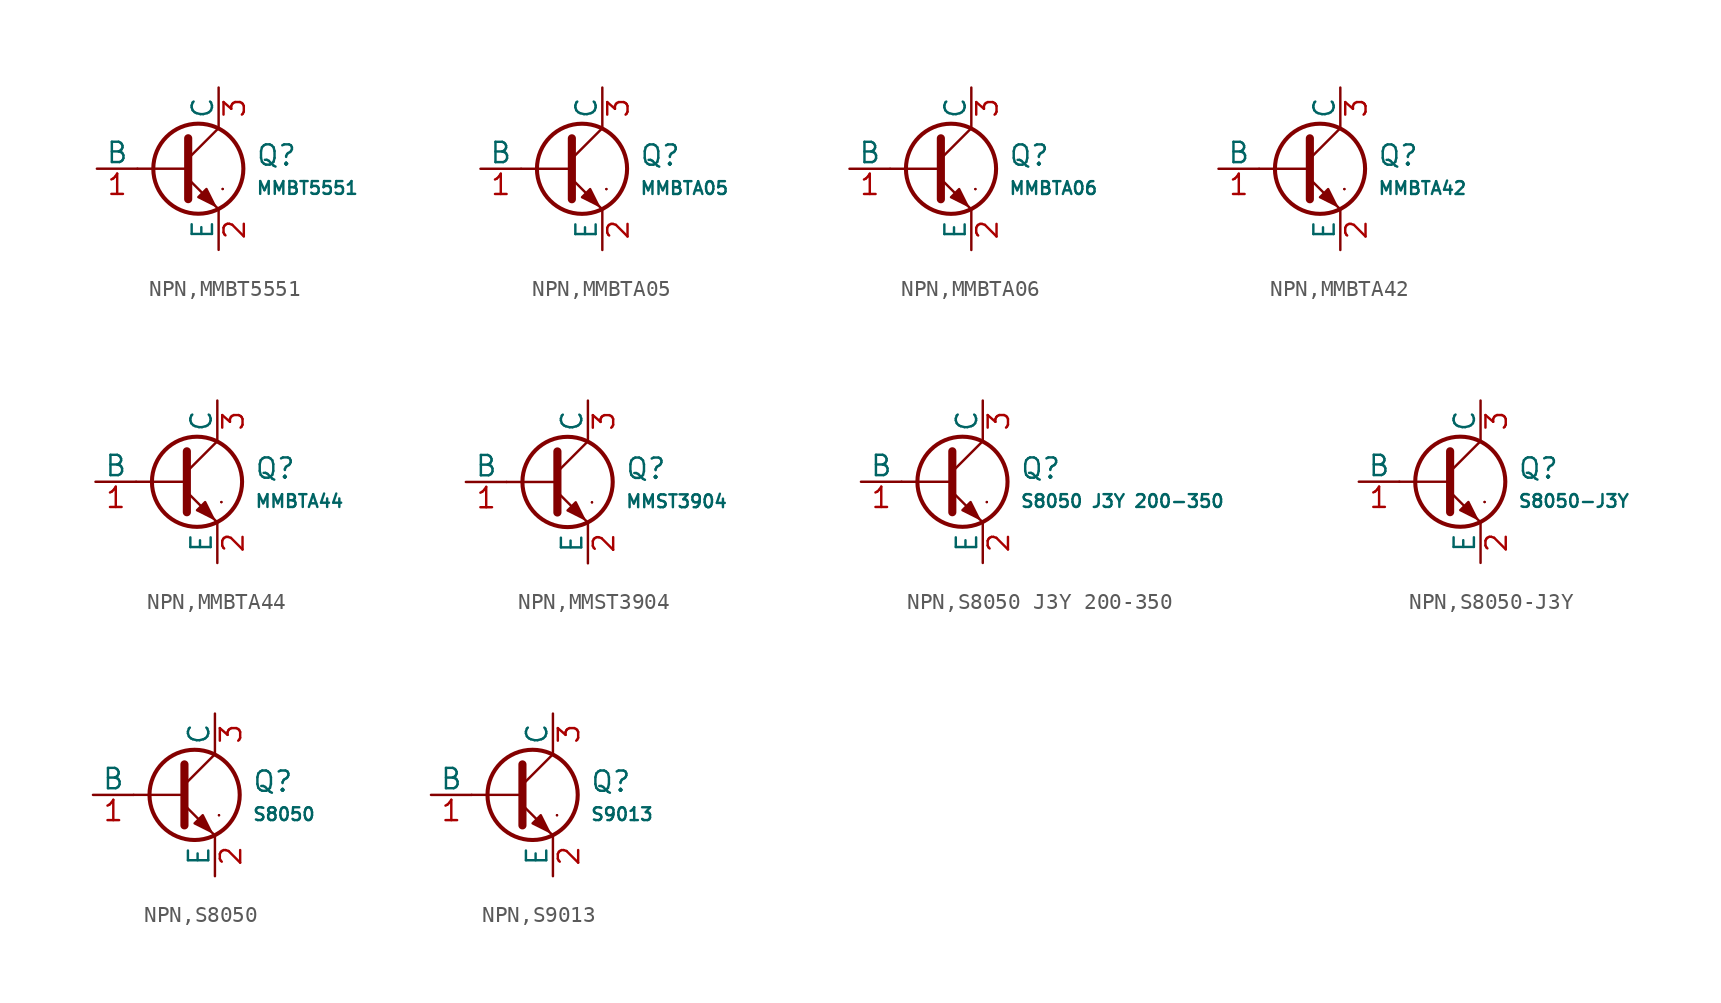
<source format=kicad_sym>
(kicad_symbol_lib
  (version 20231120)
  (generator "CDFER")
  (generator_version "8.0")
  (symbol "NPN,MMBT5551"
    (pin_names
      (offset 0))
    (property "Reference" "Q"
      (at 4.851 0.834 0)
      (effects (font (size 1.27 1.27)) (justify left)))
    (property "Value" "MMBT5551"
      (at 4.851 -1.212 0)
      (effects (font (size 0.8 0.8)) (justify left)))
    (symbol "NPN,MMBT5551_0_1"
      (polyline (pts (xy -2.54 0) (xy 0.635 0)) (stroke (width 0.152) (type default)) (fill (type none)))
      (polyline (pts (xy 0.635 0.635) (xy 2.54 2.54)) (stroke (width 0) (type default)) (fill (type none)))
      (polyline (pts (xy 2.794 -1.27) (xy 2.794 -1.27)) (stroke (width 0.152) (type default)) (fill (type none)))
      (polyline (pts (xy 2.794 -1.27) (xy 2.794 -1.27)) (stroke (width 0.152) (type default)) (fill (type none)))
      (polyline (pts (xy 0.635 -0.635) (xy 2.54 -2.54) (xy 2.54 -2.54)) (stroke (width 0) (type default)) (fill (type none)))
      (polyline (pts (xy 0.635 1.905) (xy 0.635 -1.905) (xy 0.635 -1.905)) (stroke (width 0.508) (type default)) (fill (type none)))
      (polyline (pts (xy 1.27 -1.778) (xy 1.778 -1.27) (xy 2.286 -2.286) (xy 1.27 -1.778) (xy 1.27 -1.778)) (stroke (width 0) (type default)) (fill (type outline)))
      (circle (center 1.27 0) (radius 2.819) (stroke (width 0.254) (type default)) (fill (type none))))
    (symbol "NPN,MMBT5551_1_1"
      (pin open_collector line (at 2.54 5.08 270) (length 2.54) (name "C" (effects (font (size 1.27 1.27)))) (number "3" (effects (font (size 1.27 1.27)))))
      (pin input line (at -5.08 0 0) (length 2.54) (name "B" (effects (font (size 1.27 1.27)))) (number "1" (effects (font (size 1.27 1.27)))))
      (pin open_emitter line (at 2.54 -5.08 90) (length 2.54) (name "E" (effects (font (size 1.27 1.27)))) (number "2" (effects (font (size 1.27 1.27)))))))
  (symbol "NPN,MMBTA05"
    (pin_names
      (offset 0))
    (property "Reference" "Q"
      (at 4.851 0.834 0)
      (effects (font (size 1.27 1.27)) (justify left)))
    (property "Value" "MMBTA05"
      (at 4.851 -1.212 0)
      (effects (font (size 0.8 0.8)) (justify left)))
    (symbol "NPN,MMBTA05_0_1"
      (polyline (pts (xy -2.54 0) (xy 0.635 0)) (stroke (width 0.152) (type default)) (fill (type none)))
      (polyline (pts (xy 0.635 0.635) (xy 2.54 2.54)) (stroke (width 0) (type default)) (fill (type none)))
      (polyline (pts (xy 2.794 -1.27) (xy 2.794 -1.27)) (stroke (width 0.152) (type default)) (fill (type none)))
      (polyline (pts (xy 2.794 -1.27) (xy 2.794 -1.27)) (stroke (width 0.152) (type default)) (fill (type none)))
      (polyline (pts (xy 0.635 -0.635) (xy 2.54 -2.54) (xy 2.54 -2.54)) (stroke (width 0) (type default)) (fill (type none)))
      (polyline (pts (xy 0.635 1.905) (xy 0.635 -1.905) (xy 0.635 -1.905)) (stroke (width 0.508) (type default)) (fill (type none)))
      (polyline (pts (xy 1.27 -1.778) (xy 1.778 -1.27) (xy 2.286 -2.286) (xy 1.27 -1.778) (xy 1.27 -1.778)) (stroke (width 0) (type default)) (fill (type outline)))
      (circle (center 1.27 0) (radius 2.819) (stroke (width 0.254) (type default)) (fill (type none))))
    (symbol "NPN,MMBTA05_1_1"
      (pin open_collector line (at 2.54 5.08 270) (length 2.54) (name "C" (effects (font (size 1.27 1.27)))) (number "3" (effects (font (size 1.27 1.27)))))
      (pin input line (at -5.08 0 0) (length 2.54) (name "B" (effects (font (size 1.27 1.27)))) (number "1" (effects (font (size 1.27 1.27)))))
      (pin open_emitter line (at 2.54 -5.08 90) (length 2.54) (name "E" (effects (font (size 1.27 1.27)))) (number "2" (effects (font (size 1.27 1.27)))))))
  (symbol "NPN,MMBTA06"
    (pin_names
      (offset 0))
    (property "Reference" "Q"
      (at 4.851 0.834 0)
      (effects (font (size 1.27 1.27)) (justify left)))
    (property "Value" "MMBTA06"
      (at 4.851 -1.212 0)
      (effects (font (size 0.8 0.8)) (justify left)))
    (symbol "NPN,MMBTA06_0_1"
      (polyline (pts (xy -2.54 0) (xy 0.635 0)) (stroke (width 0.152) (type default)) (fill (type none)))
      (polyline (pts (xy 0.635 0.635) (xy 2.54 2.54)) (stroke (width 0) (type default)) (fill (type none)))
      (polyline (pts (xy 2.794 -1.27) (xy 2.794 -1.27)) (stroke (width 0.152) (type default)) (fill (type none)))
      (polyline (pts (xy 2.794 -1.27) (xy 2.794 -1.27)) (stroke (width 0.152) (type default)) (fill (type none)))
      (polyline (pts (xy 0.635 -0.635) (xy 2.54 -2.54) (xy 2.54 -2.54)) (stroke (width 0) (type default)) (fill (type none)))
      (polyline (pts (xy 0.635 1.905) (xy 0.635 -1.905) (xy 0.635 -1.905)) (stroke (width 0.508) (type default)) (fill (type none)))
      (polyline (pts (xy 1.27 -1.778) (xy 1.778 -1.27) (xy 2.286 -2.286) (xy 1.27 -1.778) (xy 1.27 -1.778)) (stroke (width 0) (type default)) (fill (type outline)))
      (circle (center 1.27 0) (radius 2.819) (stroke (width 0.254) (type default)) (fill (type none))))
    (symbol "NPN,MMBTA06_1_1"
      (pin open_collector line (at 2.54 5.08 270) (length 2.54) (name "C" (effects (font (size 1.27 1.27)))) (number "3" (effects (font (size 1.27 1.27)))))
      (pin input line (at -5.08 0 0) (length 2.54) (name "B" (effects (font (size 1.27 1.27)))) (number "1" (effects (font (size 1.27 1.27)))))
      (pin open_emitter line (at 2.54 -5.08 90) (length 2.54) (name "E" (effects (font (size 1.27 1.27)))) (number "2" (effects (font (size 1.27 1.27)))))))
  (symbol "NPN,MMBTA42"
    (pin_names
      (offset 0))
    (property "Reference" "Q"
      (at 4.851 0.834 0)
      (effects (font (size 1.27 1.27)) (justify left)))
    (property "Value" "MMBTA42"
      (at 4.851 -1.212 0)
      (effects (font (size 0.8 0.8)) (justify left)))
    (symbol "NPN,MMBTA42_0_1"
      (polyline (pts (xy -2.54 0) (xy 0.635 0)) (stroke (width 0.152) (type default)) (fill (type none)))
      (polyline (pts (xy 0.635 0.635) (xy 2.54 2.54)) (stroke (width 0) (type default)) (fill (type none)))
      (polyline (pts (xy 2.794 -1.27) (xy 2.794 -1.27)) (stroke (width 0.152) (type default)) (fill (type none)))
      (polyline (pts (xy 2.794 -1.27) (xy 2.794 -1.27)) (stroke (width 0.152) (type default)) (fill (type none)))
      (polyline (pts (xy 0.635 -0.635) (xy 2.54 -2.54) (xy 2.54 -2.54)) (stroke (width 0) (type default)) (fill (type none)))
      (polyline (pts (xy 0.635 1.905) (xy 0.635 -1.905) (xy 0.635 -1.905)) (stroke (width 0.508) (type default)) (fill (type none)))
      (polyline (pts (xy 1.27 -1.778) (xy 1.778 -1.27) (xy 2.286 -2.286) (xy 1.27 -1.778) (xy 1.27 -1.778)) (stroke (width 0) (type default)) (fill (type outline)))
      (circle (center 1.27 0) (radius 2.819) (stroke (width 0.254) (type default)) (fill (type none))))
    (symbol "NPN,MMBTA42_1_1"
      (pin open_collector line (at 2.54 5.08 270) (length 2.54) (name "C" (effects (font (size 1.27 1.27)))) (number "3" (effects (font (size 1.27 1.27)))))
      (pin input line (at -5.08 0 0) (length 2.54) (name "B" (effects (font (size 1.27 1.27)))) (number "1" (effects (font (size 1.27 1.27)))))
      (pin open_emitter line (at 2.54 -5.08 90) (length 2.54) (name "E" (effects (font (size 1.27 1.27)))) (number "2" (effects (font (size 1.27 1.27)))))))
  (symbol "NPN,MMBTA44"
    (pin_names
      (offset 0))
    (property "Reference" "Q"
      (at 4.851 0.834 0)
      (effects (font (size 1.27 1.27)) (justify left)))
    (property "Value" "MMBTA44"
      (at 4.851 -1.212 0)
      (effects (font (size 0.8 0.8)) (justify left)))
    (symbol "NPN,MMBTA44_0_1"
      (polyline (pts (xy -2.54 0) (xy 0.635 0)) (stroke (width 0.152) (type default)) (fill (type none)))
      (polyline (pts (xy 0.635 0.635) (xy 2.54 2.54)) (stroke (width 0) (type default)) (fill (type none)))
      (polyline (pts (xy 2.794 -1.27) (xy 2.794 -1.27)) (stroke (width 0.152) (type default)) (fill (type none)))
      (polyline (pts (xy 2.794 -1.27) (xy 2.794 -1.27)) (stroke (width 0.152) (type default)) (fill (type none)))
      (polyline (pts (xy 0.635 -0.635) (xy 2.54 -2.54) (xy 2.54 -2.54)) (stroke (width 0) (type default)) (fill (type none)))
      (polyline (pts (xy 0.635 1.905) (xy 0.635 -1.905) (xy 0.635 -1.905)) (stroke (width 0.508) (type default)) (fill (type none)))
      (polyline (pts (xy 1.27 -1.778) (xy 1.778 -1.27) (xy 2.286 -2.286) (xy 1.27 -1.778) (xy 1.27 -1.778)) (stroke (width 0) (type default)) (fill (type outline)))
      (circle (center 1.27 0) (radius 2.819) (stroke (width 0.254) (type default)) (fill (type none))))
    (symbol "NPN,MMBTA44_1_1"
      (pin open_collector line (at 2.54 5.08 270) (length 2.54) (name "C" (effects (font (size 1.27 1.27)))) (number "3" (effects (font (size 1.27 1.27)))))
      (pin input line (at -5.08 0 0) (length 2.54) (name "B" (effects (font (size 1.27 1.27)))) (number "1" (effects (font (size 1.27 1.27)))))
      (pin open_emitter line (at 2.54 -5.08 90) (length 2.54) (name "E" (effects (font (size 1.27 1.27)))) (number "2" (effects (font (size 1.27 1.27)))))))
  (symbol "NPN,MMST3904"
    (pin_names
      (offset 0))
    (property "Reference" "Q"
      (at 4.851 0.834 0)
      (effects (font (size 1.27 1.27)) (justify left)))
    (property "Value" "MMST3904"
      (at 4.851 -1.212 0)
      (effects (font (size 0.8 0.8)) (justify left)))
    (symbol "NPN,MMST3904_0_1"
      (polyline (pts (xy -2.54 0) (xy 0.635 0)) (stroke (width 0.152) (type default)) (fill (type none)))
      (polyline (pts (xy 0.635 0.635) (xy 2.54 2.54)) (stroke (width 0) (type default)) (fill (type none)))
      (polyline (pts (xy 2.794 -1.27) (xy 2.794 -1.27)) (stroke (width 0.152) (type default)) (fill (type none)))
      (polyline (pts (xy 2.794 -1.27) (xy 2.794 -1.27)) (stroke (width 0.152) (type default)) (fill (type none)))
      (polyline (pts (xy 0.635 -0.635) (xy 2.54 -2.54) (xy 2.54 -2.54)) (stroke (width 0) (type default)) (fill (type none)))
      (polyline (pts (xy 0.635 1.905) (xy 0.635 -1.905) (xy 0.635 -1.905)) (stroke (width 0.508) (type default)) (fill (type none)))
      (polyline (pts (xy 1.27 -1.778) (xy 1.778 -1.27) (xy 2.286 -2.286) (xy 1.27 -1.778) (xy 1.27 -1.778)) (stroke (width 0) (type default)) (fill (type outline)))
      (circle (center 1.27 0) (radius 2.819) (stroke (width 0.254) (type default)) (fill (type none))))
    (symbol "NPN,MMST3904_1_1"
      (pin open_collector line (at 2.54 5.08 270) (length 2.54) (name "C" (effects (font (size 1.27 1.27)))) (number "3" (effects (font (size 1.27 1.27)))))
      (pin input line (at -5.08 0 0) (length 2.54) (name "B" (effects (font (size 1.27 1.27)))) (number "1" (effects (font (size 1.27 1.27)))))
      (pin open_emitter line (at 2.54 -5.08 90) (length 2.54) (name "E" (effects (font (size 1.27 1.27)))) (number "2" (effects (font (size 1.27 1.27)))))))
  (symbol "NPN,S8050 J3Y 200-350"
    (pin_names
      (offset 0))
    (property "Reference" "Q"
      (at 4.851 0.834 0)
      (effects (font (size 1.27 1.27)) (justify left)))
    (property "Value" "S8050 J3Y 200-350"
      (at 4.851 -1.212 0)
      (effects (font (size 0.8 0.8)) (justify left)))
    (symbol "NPN,S8050 J3Y 200-350_0_1"
      (polyline (pts (xy -2.54 0) (xy 0.635 0)) (stroke (width 0.152) (type default)) (fill (type none)))
      (polyline (pts (xy 0.635 0.635) (xy 2.54 2.54)) (stroke (width 0) (type default)) (fill (type none)))
      (polyline (pts (xy 2.794 -1.27) (xy 2.794 -1.27)) (stroke (width 0.152) (type default)) (fill (type none)))
      (polyline (pts (xy 2.794 -1.27) (xy 2.794 -1.27)) (stroke (width 0.152) (type default)) (fill (type none)))
      (polyline (pts (xy 0.635 -0.635) (xy 2.54 -2.54) (xy 2.54 -2.54)) (stroke (width 0) (type default)) (fill (type none)))
      (polyline (pts (xy 0.635 1.905) (xy 0.635 -1.905) (xy 0.635 -1.905)) (stroke (width 0.508) (type default)) (fill (type none)))
      (polyline (pts (xy 1.27 -1.778) (xy 1.778 -1.27) (xy 2.286 -2.286) (xy 1.27 -1.778) (xy 1.27 -1.778)) (stroke (width 0) (type default)) (fill (type outline)))
      (circle (center 1.27 0) (radius 2.819) (stroke (width 0.254) (type default)) (fill (type none))))
    (symbol "NPN,S8050 J3Y 200-350_1_1"
      (pin open_collector line (at 2.54 5.08 270) (length 2.54) (name "C" (effects (font (size 1.27 1.27)))) (number "3" (effects (font (size 1.27 1.27)))))
      (pin input line (at -5.08 0 0) (length 2.54) (name "B" (effects (font (size 1.27 1.27)))) (number "1" (effects (font (size 1.27 1.27)))))
      (pin open_emitter line (at 2.54 -5.08 90) (length 2.54) (name "E" (effects (font (size 1.27 1.27)))) (number "2" (effects (font (size 1.27 1.27)))))))
  (symbol "NPN,S8050-J3Y"
    (pin_names
      (offset 0))
    (property "Reference" "Q"
      (at 4.851 0.834 0)
      (effects (font (size 1.27 1.27)) (justify left)))
    (property "Value" "S8050-J3Y"
      (at 4.851 -1.212 0)
      (effects (font (size 0.8 0.8)) (justify left)))
    (symbol "NPN,S8050-J3Y_0_1"
      (polyline (pts (xy -2.54 0) (xy 0.635 0)) (stroke (width 0.152) (type default)) (fill (type none)))
      (polyline (pts (xy 0.635 0.635) (xy 2.54 2.54)) (stroke (width 0) (type default)) (fill (type none)))
      (polyline (pts (xy 2.794 -1.27) (xy 2.794 -1.27)) (stroke (width 0.152) (type default)) (fill (type none)))
      (polyline (pts (xy 2.794 -1.27) (xy 2.794 -1.27)) (stroke (width 0.152) (type default)) (fill (type none)))
      (polyline (pts (xy 0.635 -0.635) (xy 2.54 -2.54) (xy 2.54 -2.54)) (stroke (width 0) (type default)) (fill (type none)))
      (polyline (pts (xy 0.635 1.905) (xy 0.635 -1.905) (xy 0.635 -1.905)) (stroke (width 0.508) (type default)) (fill (type none)))
      (polyline (pts (xy 1.27 -1.778) (xy 1.778 -1.27) (xy 2.286 -2.286) (xy 1.27 -1.778) (xy 1.27 -1.778)) (stroke (width 0) (type default)) (fill (type outline)))
      (circle (center 1.27 0) (radius 2.819) (stroke (width 0.254) (type default)) (fill (type none))))
    (symbol "NPN,S8050-J3Y_1_1"
      (pin open_collector line (at 2.54 5.08 270) (length 2.54) (name "C" (effects (font (size 1.27 1.27)))) (number "3" (effects (font (size 1.27 1.27)))))
      (pin input line (at -5.08 0 0) (length 2.54) (name "B" (effects (font (size 1.27 1.27)))) (number "1" (effects (font (size 1.27 1.27)))))
      (pin open_emitter line (at 2.54 -5.08 90) (length 2.54) (name "E" (effects (font (size 1.27 1.27)))) (number "2" (effects (font (size 1.27 1.27)))))))
  (symbol "NPN,S8050"
    (pin_names
      (offset 0))
    (property "Reference" "Q"
      (at 4.851 0.834 0)
      (effects (font (size 1.27 1.27)) (justify left)))
    (property "Value" "S8050"
      (at 4.851 -1.212 0)
      (effects (font (size 0.8 0.8)) (justify left)))
    (symbol "NPN,S8050_0_1"
      (polyline (pts (xy -2.54 0) (xy 0.635 0)) (stroke (width 0.152) (type default)) (fill (type none)))
      (polyline (pts (xy 0.635 0.635) (xy 2.54 2.54)) (stroke (width 0) (type default)) (fill (type none)))
      (polyline (pts (xy 2.794 -1.27) (xy 2.794 -1.27)) (stroke (width 0.152) (type default)) (fill (type none)))
      (polyline (pts (xy 2.794 -1.27) (xy 2.794 -1.27)) (stroke (width 0.152) (type default)) (fill (type none)))
      (polyline (pts (xy 0.635 -0.635) (xy 2.54 -2.54) (xy 2.54 -2.54)) (stroke (width 0) (type default)) (fill (type none)))
      (polyline (pts (xy 0.635 1.905) (xy 0.635 -1.905) (xy 0.635 -1.905)) (stroke (width 0.508) (type default)) (fill (type none)))
      (polyline (pts (xy 1.27 -1.778) (xy 1.778 -1.27) (xy 2.286 -2.286) (xy 1.27 -1.778) (xy 1.27 -1.778)) (stroke (width 0) (type default)) (fill (type outline)))
      (circle (center 1.27 0) (radius 2.819) (stroke (width 0.254) (type default)) (fill (type none))))
    (symbol "NPN,S8050_1_1"
      (pin open_collector line (at 2.54 5.08 270) (length 2.54) (name "C" (effects (font (size 1.27 1.27)))) (number "3" (effects (font (size 1.27 1.27)))))
      (pin input line (at -5.08 0 0) (length 2.54) (name "B" (effects (font (size 1.27 1.27)))) (number "1" (effects (font (size 1.27 1.27)))))
      (pin open_emitter line (at 2.54 -5.08 90) (length 2.54) (name "E" (effects (font (size 1.27 1.27)))) (number "2" (effects (font (size 1.27 1.27)))))))
  (symbol "NPN,S9013"
    (pin_names
      (offset 0))
    (property "Reference" "Q"
      (at 4.851 0.834 0)
      (effects (font (size 1.27 1.27)) (justify left)))
    (property "Value" "S9013"
      (at 4.851 -1.212 0)
      (effects (font (size 0.8 0.8)) (justify left)))
    (symbol "NPN,S9013_0_1"
      (polyline (pts (xy -2.54 0) (xy 0.635 0)) (stroke (width 0.152) (type default)) (fill (type none)))
      (polyline (pts (xy 0.635 0.635) (xy 2.54 2.54)) (stroke (width 0) (type default)) (fill (type none)))
      (polyline (pts (xy 2.794 -1.27) (xy 2.794 -1.27)) (stroke (width 0.152) (type default)) (fill (type none)))
      (polyline (pts (xy 2.794 -1.27) (xy 2.794 -1.27)) (stroke (width 0.152) (type default)) (fill (type none)))
      (polyline (pts (xy 0.635 -0.635) (xy 2.54 -2.54) (xy 2.54 -2.54)) (stroke (width 0) (type default)) (fill (type none)))
      (polyline (pts (xy 0.635 1.905) (xy 0.635 -1.905) (xy 0.635 -1.905)) (stroke (width 0.508) (type default)) (fill (type none)))
      (polyline (pts (xy 1.27 -1.778) (xy 1.778 -1.27) (xy 2.286 -2.286) (xy 1.27 -1.778) (xy 1.27 -1.778)) (stroke (width 0) (type default)) (fill (type outline)))
      (circle (center 1.27 0) (radius 2.819) (stroke (width 0.254) (type default)) (fill (type none))))
    (symbol "NPN,S9013_1_1"
      (pin open_collector line (at 2.54 5.08 270) (length 2.54) (name "C" (effects (font (size 1.27 1.27)))) (number "3" (effects (font (size 1.27 1.27)))))
      (pin input line (at -5.08 0 0) (length 2.54) (name "B" (effects (font (size 1.27 1.27)))) (number "1" (effects (font (size 1.27 1.27)))))
      (pin open_emitter line (at 2.54 -5.08 90) (length 2.54) (name "E" (effects (font (size 1.27 1.27)))) (number "2" (effects (font (size 1.27 1.27))))))))
</source>
